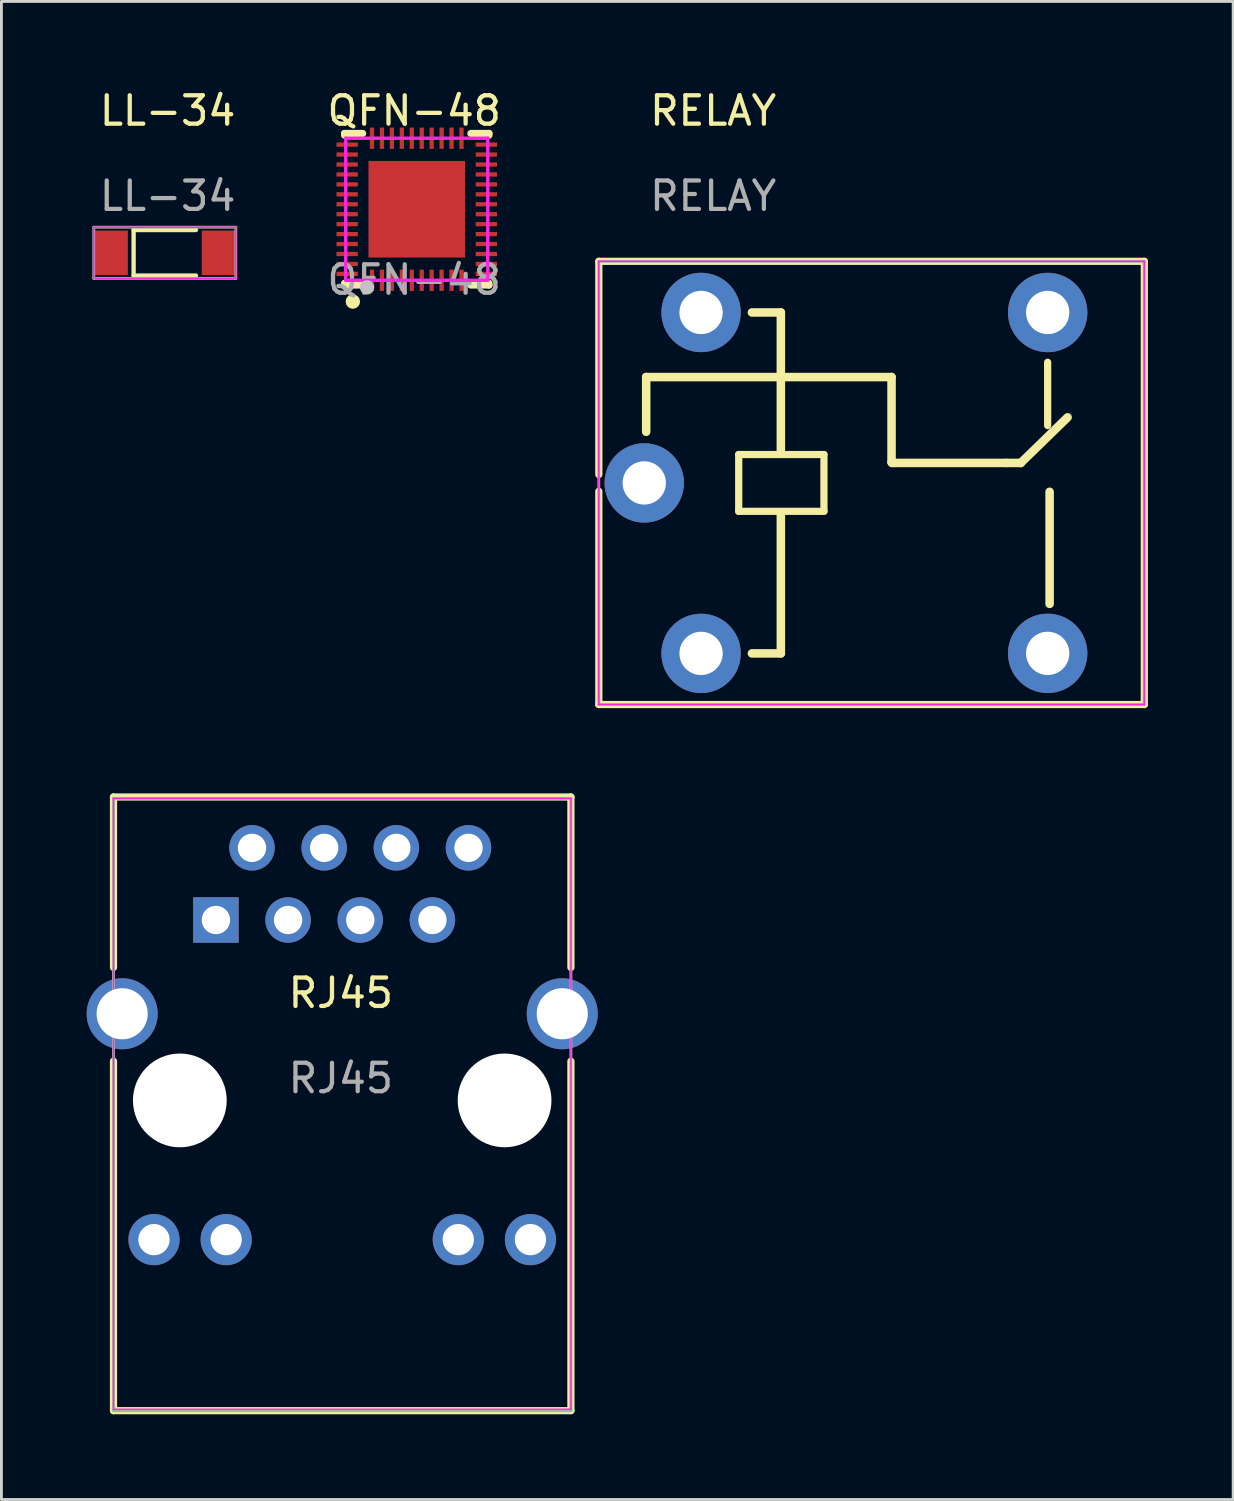
<source format=kicad_pcb>
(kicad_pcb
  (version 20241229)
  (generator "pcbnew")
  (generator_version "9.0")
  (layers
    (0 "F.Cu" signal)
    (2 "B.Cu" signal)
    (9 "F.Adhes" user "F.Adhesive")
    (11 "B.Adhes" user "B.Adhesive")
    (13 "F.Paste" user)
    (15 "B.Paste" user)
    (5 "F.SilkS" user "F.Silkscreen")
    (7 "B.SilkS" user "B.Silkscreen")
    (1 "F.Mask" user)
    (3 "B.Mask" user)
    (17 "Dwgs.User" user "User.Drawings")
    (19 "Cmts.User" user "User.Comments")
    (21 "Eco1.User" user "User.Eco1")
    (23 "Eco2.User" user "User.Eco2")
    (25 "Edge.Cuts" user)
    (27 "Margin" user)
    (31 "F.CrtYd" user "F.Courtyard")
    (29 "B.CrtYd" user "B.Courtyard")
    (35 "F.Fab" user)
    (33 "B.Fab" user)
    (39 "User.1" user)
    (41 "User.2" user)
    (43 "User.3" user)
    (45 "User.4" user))
  (footprint "QFN-48"
    (layer "F.Cu")
    (at 11.529 4.298)
    (property "Reference" "QFN-48" (at 0 -3.45 0) (unlocked yes) (layer "F.SilkS") (effects (font (size 1 1) (thickness 0.15))))
    (attr smd)
    (fp_line (start -2.45 -2.65) (end -2.45 -2.589) (stroke (width 0.254) (type solid)) (layer "F.SilkS"))
    (fp_line (start -2.45 2.623) (end -2.45 2.684) (stroke (width 0.254) (type solid)) (layer "F.SilkS"))
    (fp_line (start -2.45 2.684) (end -1.816 2.684) (stroke (width 0.254) (type solid)) (layer "F.SilkS"))
    (fp_line (start -1.816 -2.65) (end -2.45 -2.65) (stroke (width 0.254) (type solid)) (layer "F.SilkS"))
    (fp_line (start 1.996 2.684) (end 2.63 2.684) (stroke (width 0.254) (type solid)) (layer "F.SilkS"))
    (fp_line (start 2.63 -2.65) (end 1.996 -2.65) (stroke (width 0.254) (type solid)) (layer "F.SilkS"))
    (fp_line (start 2.63 -2.589) (end 2.63 -2.65) (stroke (width 0.254) (type solid)) (layer "F.SilkS"))
    (fp_line (start 2.63 2.684) (end 2.63 2.623) (stroke (width 0.254) (type solid)) (layer "F.SilkS"))
    (fp_circle (center -2.16 3.267) (end -2.033 3.267) (stroke (width 0.254) (type solid)) (fill no) (layer "F.SilkS"))
    (fp_circle (center -1.66 2.767) (end -1.533 2.767) (stroke (width 0.254) (type solid)) (fill no) (layer "Dwgs.User"))
    (fp_circle (center -2.41 2.517) (end -2.38 2.517) (stroke (width 0.06) (type solid)) (fill no) (layer "Eco2.User"))
    (fp_line (start -2.41 -2.483) (end 2.59 -2.483) (stroke (width 0.12) (type solid)) (layer "F.CrtYd"))
    (fp_line (start -2.41 2.517) (end -2.41 -2.483) (stroke (width 0.12) (type solid)) (layer "F.CrtYd"))
    (fp_line (start 2.59 -2.483) (end 2.59 2.517) (stroke (width 0.12) (type solid)) (layer "F.CrtYd"))
    (fp_line (start 2.59 2.517) (end -2.41 2.517) (stroke (width 0.12) (type solid)) (layer "F.CrtYd"))
    (fp_text user "${REFERENCE}" (at 0 2.5 0) (unlocked yes) (layer "F.Fab") (effects (font (size 1 1) (thickness 0.15))))
    (pad "1" smd rect (at -1.485 2.517) (size 0.15 0.75) (layers "F.Cu" "F.Mask" "F.Paste"))
    (pad "2" smd rect (at -1.135 2.517) (size 0.15 0.75) (layers "F.Cu" "F.Mask" "F.Paste"))
    (pad "3" smd rect (at -0.785 2.517) (size 0.15 0.75) (layers "F.Cu" "F.Mask" "F.Paste"))
    (pad "4" smd rect (at -0.435 2.517) (size 0.15 0.75) (layers "F.Cu" "F.Mask" "F.Paste"))
    (pad "5" smd rect (at -0.085 2.517) (size 0.15 0.75) (layers "F.Cu" "F.Mask" "F.Paste"))
    (pad "6" smd rect (at 0.265 2.517) (size 0.15 0.75) (layers "F.Cu" "F.Mask" "F.Paste"))
    (pad "7" smd rect (at 0.615 2.517) (size 0.15 0.75) (layers "F.Cu" "F.Mask" "F.Paste"))
    (pad "8" smd rect (at 0.965 2.517) (size 0.15 0.75) (layers "F.Cu" "F.Mask" "F.Paste"))
    (pad "9" smd rect (at 1.315 2.517) (size 0.15 0.75) (layers "F.Cu" "F.Mask" "F.Paste"))
    (pad "10" smd rect (at 1.665 2.517) (size 0.15 0.75) (layers "F.Cu" "F.Mask" "F.Paste"))
    (pad "11" smd rect (at 2.54 2.292) (size 0.75 0.15) (layers "F.Cu" "F.Mask" "F.Paste"))
    (pad "12" smd rect (at 2.54 1.942) (size 0.75 0.15) (layers "F.Cu" "F.Mask" "F.Paste"))
    (pad "13" smd rect (at 2.54 1.592) (size 0.75 0.15) (layers "F.Cu" "F.Mask" "F.Paste"))
    (pad "14" smd rect (at 2.54 1.242) (size 0.75 0.15) (layers "F.Cu" "F.Mask" "F.Paste"))
    (pad "15" smd rect (at 2.54 0.892) (size 0.75 0.15) (layers "F.Cu" "F.Mask" "F.Paste"))
    (pad "16" smd rect (at 2.54 0.542) (size 0.75 0.15) (layers "F.Cu" "F.Mask" "F.Paste"))
    (pad "17" smd rect (at 2.54 0.192) (size 0.75 0.15) (layers "F.Cu" "F.Mask" "F.Paste"))
    (pad "18" smd rect (at 2.54 -0.158) (size 0.75 0.15) (layers "F.Cu" "F.Mask" "F.Paste"))
    (pad "19" smd rect (at 2.54 -0.508) (size 0.75 0.15) (layers "F.Cu" "F.Mask" "F.Paste"))
    (pad "20" smd rect (at 2.54 -0.858) (size 0.75 0.15) (layers "F.Cu" "F.Mask" "F.Paste"))
    (pad "21" smd rect (at 2.54 -1.208) (size 0.75 0.15) (layers "F.Cu" "F.Mask" "F.Paste"))
    (pad "22" smd rect (at 2.54 -1.558) (size 0.75 0.15) (layers "F.Cu" "F.Mask" "F.Paste"))
    (pad "23" smd rect (at 2.54 -1.908) (size 0.75 0.15) (layers "F.Cu" "F.Mask" "F.Paste"))
    (pad "24" smd rect (at 2.54 -2.258) (size 0.75 0.15) (layers "F.Cu" "F.Mask" "F.Paste"))
    (pad "25" smd rect (at 1.665 -2.483) (size 0.15 0.75) (layers "F.Cu" "F.Mask" "F.Paste"))
    (pad "26" smd rect (at 1.315 -2.483) (size 0.15 0.75) (layers "F.Cu" "F.Mask" "F.Paste"))
    (pad "27" smd rect (at 0.965 -2.483) (size 0.15 0.75) (layers "F.Cu" "F.Mask" "F.Paste"))
    (pad "28" smd rect (at 0.615 -2.483) (size 0.15 0.75) (layers "F.Cu" "F.Mask" "F.Paste"))
    (pad "29" smd rect (at 0.265 -2.483) (size 0.15 0.75) (layers "F.Cu" "F.Mask" "F.Paste"))
    (pad "30" smd rect (at -0.085 -2.483) (size 0.15 0.75) (layers "F.Cu" "F.Mask" "F.Paste"))
    (pad "31" smd rect (at -0.435 -2.483) (size 0.15 0.75) (layers "F.Cu" "F.Mask" "F.Paste"))
    (pad "32" smd rect (at -0.785 -2.483) (size 0.15 0.75) (layers "F.Cu" "F.Mask" "F.Paste"))
    (pad "33" smd rect (at -1.135 -2.483) (size 0.15 0.75) (layers "F.Cu" "F.Mask" "F.Paste"))
    (pad "34" smd rect (at -1.485 -2.483) (size 0.15 0.75) (layers "F.Cu" "F.Mask" "F.Paste"))
    (pad "35" smd rect (at -2.36 -2.258) (size 0.75 0.15) (layers "F.Cu" "F.Mask" "F.Paste"))
    (pad "36" smd rect (at -2.36 -1.908) (size 0.75 0.15) (layers "F.Cu" "F.Mask" "F.Paste"))
    (pad "37" smd rect (at -2.36 -1.558) (size 0.75 0.15) (layers "F.Cu" "F.Mask" "F.Paste"))
    (pad "38" smd rect (at -2.36 -1.208) (size 0.75 0.15) (layers "F.Cu" "F.Mask" "F.Paste"))
    (pad "39" smd rect (at -2.36 -0.858) (size 0.75 0.15) (layers "F.Cu" "F.Mask" "F.Paste"))
    (pad "40" smd rect (at -2.36 -0.508) (size 0.75 0.15) (layers "F.Cu" "F.Mask" "F.Paste"))
    (pad "41" smd rect (at -2.36 -0.158) (size 0.75 0.15) (layers "F.Cu" "F.Mask" "F.Paste"))
    (pad "42" smd rect (at -2.36 0.192) (size 0.75 0.15) (layers "F.Cu" "F.Mask" "F.Paste"))
    (pad "43" smd rect (at -2.36 0.542) (size 0.75 0.15) (layers "F.Cu" "F.Mask" "F.Paste"))
    (pad "44" smd rect (at -2.36 0.892) (size 0.75 0.15) (layers "F.Cu" "F.Mask" "F.Paste"))
    (pad "45" smd rect (at -2.36 1.242) (size 0.75 0.15) (layers "F.Cu" "F.Mask" "F.Paste"))
    (pad "46" smd rect (at -2.36 1.592) (size 0.75 0.15) (layers "F.Cu" "F.Mask" "F.Paste"))
    (pad "47" smd rect (at -2.36 1.942) (size 0.75 0.15) (layers "F.Cu" "F.Mask" "F.Paste"))
    (pad "48" smd rect (at -2.36 2.292) (size 0.75 0.15) (layers "F.Cu" "F.Mask" "F.Paste"))
    (pad "49" smd rect (at 0.09 0.017 180) (size 3.4 3.4) (layers "F.Cu" "F.Mask" "F.Paste")))
  (footprint "RELAY"
    (layer "F.Cu")
    (at 17.951 6.048)
    (property "Reference" "RELAY" (at 4.1 -5.2 0) (unlocked yes) (layer "F.SilkS") (effects (font (size 1 1) (thickness 0.15))))
    (attr through_hole)
    (fp_line (start 0.076 0.1) (end 0.076 7.605) (stroke (width 0.254) (type solid)) (layer "F.SilkS"))
    (fp_line (start 0.076 8.195) (end 0.076 15.7) (stroke (width 0.254) (type solid)) (layer "F.SilkS"))
    (fp_line (start 1.743 4.173) (end 10.379 4.173) (stroke (width 0.3) (type solid)) (layer "F.SilkS"))
    (fp_line (start 1.743 6.1) (end 1.743 4.173) (stroke (width 0.3) (type solid)) (layer "F.SilkS"))
    (fp_line (start 5 6.9) (end 8 6.9) (stroke (width 0.254) (type solid)) (layer "F.SilkS"))
    (fp_line (start 5 8.9) (end 5 6.9) (stroke (width 0.254) (type solid)) (layer "F.SilkS"))
    (fp_line (start 6.483 1.9) (end 5.465 1.9) (stroke (width 0.3) (type solid)) (layer "F.SilkS"))
    (fp_line (start 6.483 6.849) (end 6.483 1.9) (stroke (width 0.3) (type solid)) (layer "F.SilkS"))
    (fp_line (start 6.483 13.9) (end 5.465 13.9) (stroke (width 0.3) (type solid)) (layer "F.SilkS"))
    (fp_line (start 6.483 13.9) (end 6.483 8.951) (stroke (width 0.3) (type solid)) (layer "F.SilkS"))
    (fp_line (start 8 6.9) (end 8 8.9) (stroke (width 0.254) (type solid)) (layer "F.SilkS"))
    (fp_line (start 8 8.9) (end 5 8.9) (stroke (width 0.254) (type solid)) (layer "F.SilkS"))
    (fp_line (start 10.379 4.173) (end 10.379 7.173) (stroke (width 0.3) (type solid)) (layer "F.SilkS"))
    (fp_line (start 10.379 7.173) (end 10.403 7.197) (stroke (width 0.3) (type solid)) (layer "F.SilkS"))
    (fp_line (start 10.403 7.197) (end 14.419 7.197) (stroke (width 0.3) (type solid)) (layer "F.SilkS"))
    (fp_line (start 14.419 7.197) (end 14.927 7.197) (stroke (width 0.3) (type solid)) (layer "F.SilkS"))
    (fp_line (start 14.925 7.199) (end 16.576 5.591) (stroke (width 0.3) (type solid)) (layer "F.SilkS"))
    (fp_line (start 15.874 3.653) (end 15.874 5.881) (stroke (width 0.254) (type solid)) (layer "F.SilkS"))
    (fp_line (start 15.943 12.157) (end 15.943 8.212) (stroke (width 0.3) (type solid)) (layer "F.SilkS"))
    (fp_line (start 19.276 0.1) (end 0.076 0.1) (stroke (width 0.254) (type solid)) (layer "F.SilkS"))
    (fp_line (start 19.276 15.7) (end 19.276 0.1) (stroke (width 0.254) (type solid)) (layer "F.SilkS"))
    (fp_line (start 19.276 15.7) (end 0.076 15.7) (stroke (width 0.254) (type solid)) (layer "F.SilkS"))
    (fp_line (start 0.075 0.1) (end 0.075 15.7) (stroke (width 0.05) (type solid)) (layer "F.CrtYd"))
    (fp_line (start 0.075 15.7) (end 19.275 15.7) (stroke (width 0.05) (type solid)) (layer "F.CrtYd"))
    (fp_line (start 19.275 0.1) (end 0.075 0.1) (stroke (width 0.05) (type solid)) (layer "F.CrtYd"))
    (fp_line (start 19.275 15.7) (end 19.275 0.1) (stroke (width 0.05) (type solid)) (layer "F.CrtYd"))
    (fp_line (start 0.075 0.1) (end 0.075 15.7) (stroke (width 0.1) (type solid)) (layer "F.Fab"))
    (fp_line (start 0.075 15.7) (end 19.275 15.7) (stroke (width 0.1) (type solid)) (layer "F.Fab"))
    (fp_line (start 19.275 0.1) (end 0.075 0.1) (stroke (width 0.1) (type solid)) (layer "F.Fab"))
    (fp_line (start 19.275 15.7) (end 19.275 0.1) (stroke (width 0.1) (type solid)) (layer "F.Fab"))
    (fp_text user "${REFERENCE}" (at 4.1 -2.2 0) (unlocked yes) (layer "F.Fab") (effects (font (size 1 1) (thickness 0.15))))
    (pad "1" thru_hole circle (at 3.675 13.9 180) (size 2.794 2.794) (drill 1.524) (layers "*.Cu" "*.Mask"))
    (pad "2" thru_hole circle (at 15.875 13.899 180) (size 2.794 2.794) (drill 1.524) (layers "*.Cu" "*.Mask"))
    (pad "3" thru_hole circle (at 15.875 1.901 180) (size 2.794 2.794) (drill 1.524) (layers "*.Cu" "*.Mask"))
    (pad "4" thru_hole circle (at 3.675 1.9 180) (size 2.794 2.794) (drill 1.524) (layers "*.Cu" "*.Mask"))
    (pad "5" thru_hole circle (at 1.675 7.9 180) (size 2.794 2.794) (drill 1.524) (layers "*.Cu" "*.Mask")))
  (footprint "LL-34"
    (layer "F.Cu")
    (at 0.25 5.048)
    (property "Reference" "LL-34" (at 2.6 -4.2 0) (unlocked yes) (layer "F.SilkS") (effects (font (size 1 1) (thickness 0.15))))
    (attr smd)
    (fp_line (start 1.403 -0.002) (end 1.403 1.6) (stroke (width 0.152) (type solid)) (layer "F.SilkS"))
    (fp_line (start 1.403 -0.002) (end 3.597 -0.002) (stroke (width 0.152) (type solid)) (layer "F.SilkS"))
    (fp_line (start 1.403 1.6) (end 3.597 1.6) (stroke (width 0.152) (type solid)) (layer "F.SilkS"))
    (fp_line (start 0 -0.1) (end 5 -0.1) (stroke (width 0.05) (type solid)) (layer "F.CrtYd"))
    (fp_line (start 0 1.7) (end 0 -0.1) (stroke (width 0.05) (type solid)) (layer "F.CrtYd"))
    (fp_line (start 5 -0.1) (end 5 1.7) (stroke (width 0.05) (type solid)) (layer "F.CrtYd"))
    (fp_line (start 5 1.7) (end 0 1.7) (stroke (width 0.05) (type solid)) (layer "F.CrtYd"))
    (fp_line (start 0 -0.1) (end 5 -0.1) (stroke (width 0.1) (type solid)) (layer "F.Fab"))
    (fp_line (start 0 1.7) (end 0 -0.1) (stroke (width 0.1) (type solid)) (layer "F.Fab"))
    (fp_line (start 5 -0.1) (end 5 1.7) (stroke (width 0.1) (type solid)) (layer "F.Fab"))
    (fp_line (start 5 1.7) (end 0 1.7) (stroke (width 0.1) (type solid)) (layer "F.Fab"))
    (fp_text user "${REFERENCE}" (at 2.6 -1.2 0) (unlocked yes) (layer "F.Fab") (effects (font (size 1 1) (thickness 0.15))))
    (pad "1" smd rect (at 4.393 0.799) (size 1.185 1.566) (layers "F.Cu" "F.Mask" "F.Paste"))
    (pad "2" smd rect (at 0.607 0.799) (size 1.185 1.566) (layers "F.Cu" "F.Mask" "F.Paste")))
  (footprint "RJ45"
    (layer "F.Cu")
    (at 8.945 30.552)
    (property "Reference" "RJ45" (at 0 1.35 0) (unlocked yes) (layer "F.SilkS") (effects (font (size 1 1) (thickness 0.15))))
    (attr through_hole)
    (fp_line (start -8 -5.55) (end -8 0.45) (stroke (width 0.254) (type solid)) (layer "F.SilkS"))
    (fp_line (start -8 -5.55) (end 8.1 -5.55) (stroke (width 0.254) (type solid)) (layer "F.SilkS"))
    (fp_line (start -8 3.75) (end -8 16.05) (stroke (width 0.254) (type solid)) (layer "F.SilkS"))
    (fp_line (start -8 16.05) (end 8.1 16.05) (stroke (width 0.254) (type solid)) (layer "F.SilkS"))
    (fp_line (start 8.1 3.75) (end 8.1 16.05) (stroke (width 0.254) (type solid)) (layer "F.SilkS"))
    (fp_line (start 8.1 -5.55) (end 8.1 0.45) (stroke (width 0.254) (type solid)) (layer "F.SilkS"))
    (fp_line (start -8 -5.5) (end 8.1 -5.5) (stroke (width 0.05) (type solid)) (layer "F.CrtYd"))
    (fp_line (start -8 16) (end -8 -5.5) (stroke (width 0.05) (type solid)) (layer "F.CrtYd"))
    (fp_line (start 8.05 16) (end -8 16) (stroke (width 0.05) (type solid)) (layer "F.CrtYd"))
    (fp_line (start 8.1 -5.5) (end 8.1 16) (stroke (width 0.05) (type solid)) (layer "F.CrtYd"))
    (fp_line (start 8.1 16) (end 8.05 16) (stroke (width 0.05) (type solid)) (layer "F.CrtYd"))
    (fp_line (start -8 -5.5) (end -8 16.05) (stroke (width 0.1) (type solid)) (layer "F.Fab"))
    (fp_line (start -8 16.05) (end 8.1 16.05) (stroke (width 0.1) (type solid)) (layer "F.Fab"))
    (fp_line (start 8.1 -5.5) (end -8 -5.5) (stroke (width 0.1) (type solid)) (layer "F.Fab"))
    (fp_line (start 8.1 16) (end 8.1 -5.5) (stroke (width 0.1) (type solid)) (layer "F.Fab"))
    (fp_line (start 8.1 16.05) (end 8.1 16) (stroke (width 0.1) (type solid)) (layer "F.Fab"))
    (fp_text user "${REFERENCE}" (at 0 4.35 0) (unlocked yes) (layer "F.Fab") (effects (font (size 1 1) (thickness 0.15))))
    (pad "" np_thru_hole circle (at -5.665 5.13) (size 3.3 3.3) (drill 3.3) (layers "*.Cu" "*.Mask"))
    (pad "" np_thru_hole circle (at 5.765 5.13) (size 3.3 3.3) (drill 3.3) (layers "*.Cu" "*.Mask"))
    (pad "1" thru_hole rect (at -4.395 -1.22 90) (size 1.6 1.6) (drill 1) (layers "*.Cu" "*.Mask"))
    (pad "2" thru_hole circle (at -3.125 -3.76 90) (size 1.6 1.6) (drill 1) (layers "*.Cu" "*.Mask"))
    (pad "3" thru_hole circle (at -1.855 -1.22 90) (size 1.6 1.6) (drill 1) (layers "*.Cu" "*.Mask"))
    (pad "4" thru_hole circle (at -0.585 -3.76 90) (size 1.6 1.6) (drill 1) (layers "*.Cu" "*.Mask"))
    (pad "5" thru_hole circle (at 0.685 -1.22 90) (size 1.6 1.6) (drill 1) (layers "*.Cu" "*.Mask"))
    (pad "6" thru_hole circle (at 1.955 -3.76 90) (size 1.6 1.6) (drill 1) (layers "*.Cu" "*.Mask"))
    (pad "7" thru_hole circle (at 3.225 -1.22 90) (size 1.6 1.6) (drill 1) (layers "*.Cu" "*.Mask"))
    (pad "8" thru_hole circle (at 4.495 -3.76 90) (size 1.6 1.6) (drill 1) (layers "*.Cu" "*.Mask"))
    (pad "9" thru_hole circle (at -6.575 10.03) (size 1.8 1.8) (drill 1.1) (layers "*.Cu" "*.Mask"))
    (pad "10" thru_hole circle (at -4.035 10.03) (size 1.8 1.8) (drill 1.1) (layers "*.Cu" "*.Mask"))
    (pad "11" thru_hole circle (at 4.135 10.03) (size 1.8 1.8) (drill 1.1) (layers "*.Cu" "*.Mask"))
    (pad "12" thru_hole circle (at 6.675 10.03) (size 1.8 1.8) (drill 1.1) (layers "*.Cu" "*.Mask"))
    (pad "SH" thru_hole circle (at -7.695 2.08) (size 2.5 2.5) (drill 1.8) (layers "*.Cu" "*.Mask"))
    (pad "SH" thru_hole circle (at 7.795 2.08) (size 2.5 2.5) (drill 1.8) (layers "*.Cu" "*.Mask")))
  (gr_rect
    (start -3 -3)
    (end 40.354 49.729)
    (stroke (width 0.1) (type default))
    (fill no)
    (layer "Edge.Cuts")))
</source>
